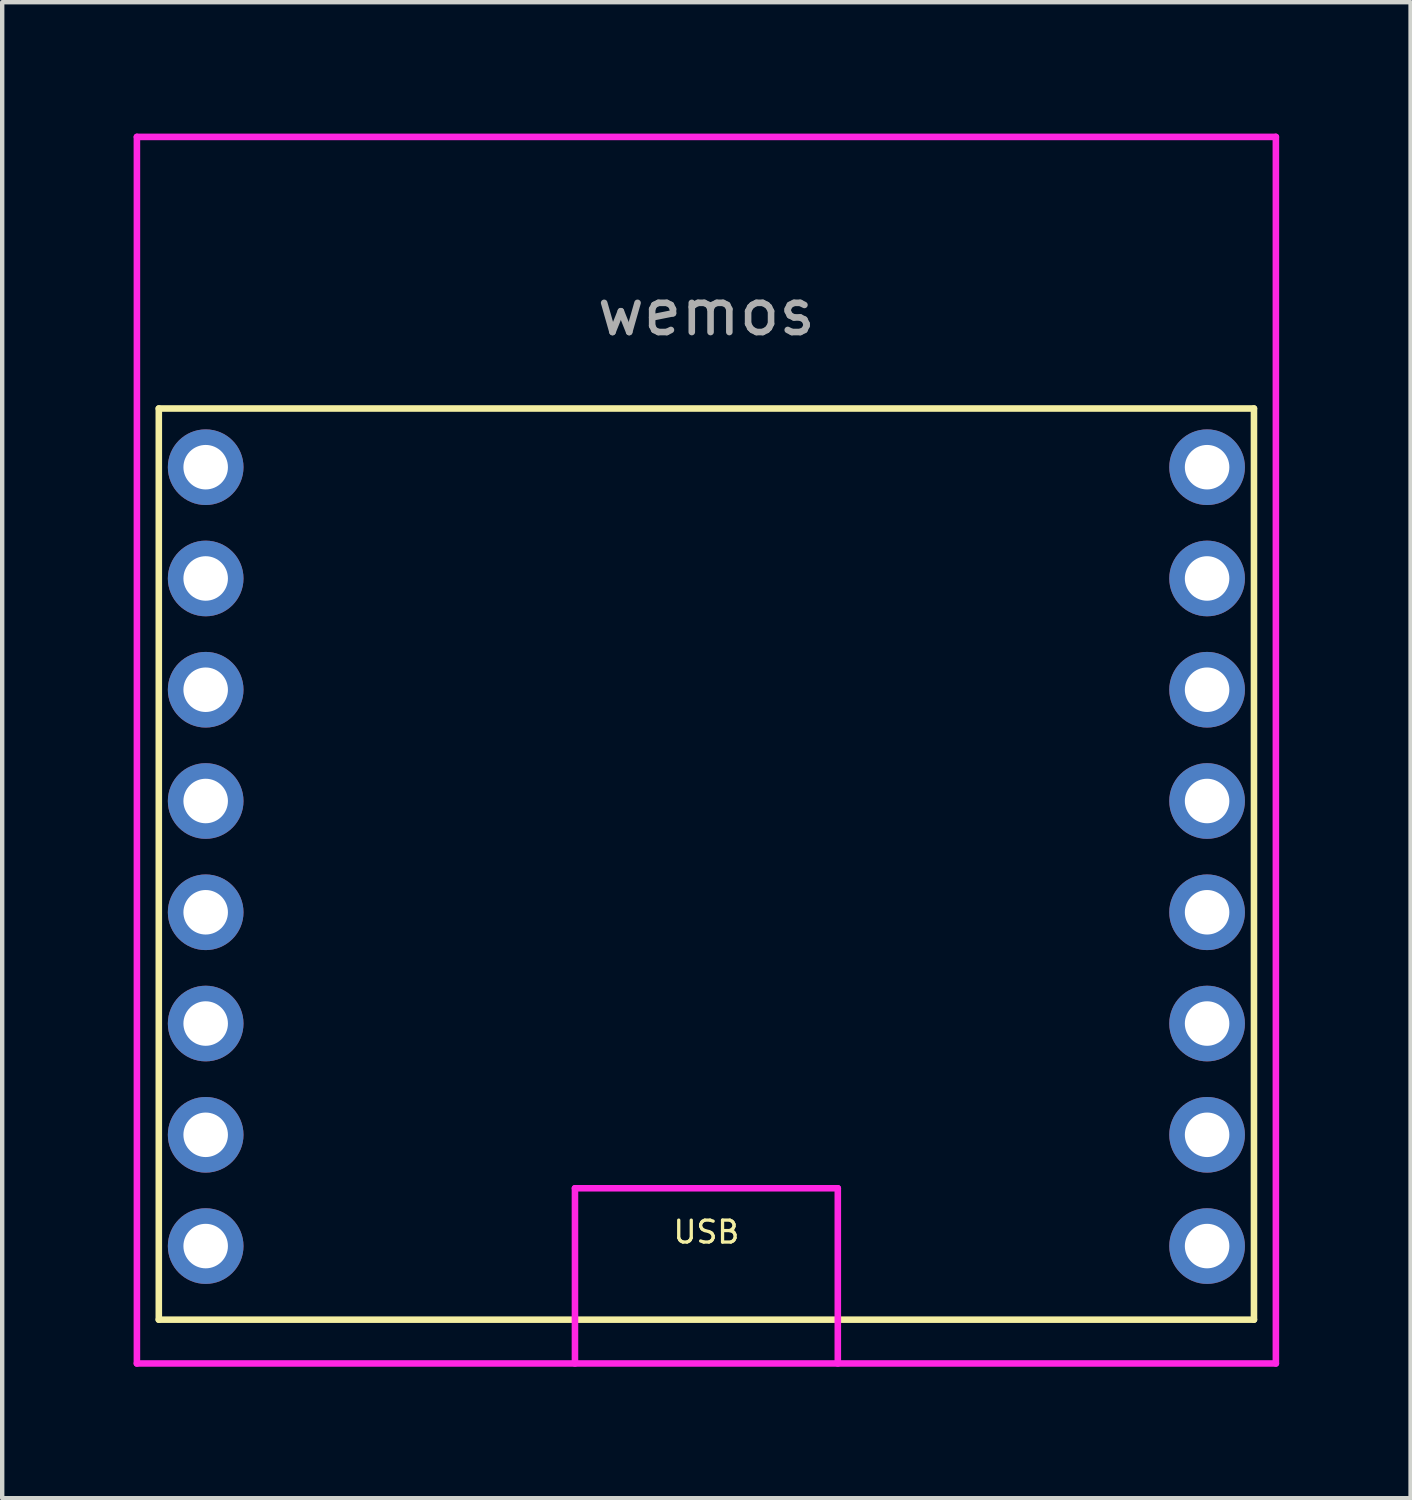
<source format=kicad_pcb>
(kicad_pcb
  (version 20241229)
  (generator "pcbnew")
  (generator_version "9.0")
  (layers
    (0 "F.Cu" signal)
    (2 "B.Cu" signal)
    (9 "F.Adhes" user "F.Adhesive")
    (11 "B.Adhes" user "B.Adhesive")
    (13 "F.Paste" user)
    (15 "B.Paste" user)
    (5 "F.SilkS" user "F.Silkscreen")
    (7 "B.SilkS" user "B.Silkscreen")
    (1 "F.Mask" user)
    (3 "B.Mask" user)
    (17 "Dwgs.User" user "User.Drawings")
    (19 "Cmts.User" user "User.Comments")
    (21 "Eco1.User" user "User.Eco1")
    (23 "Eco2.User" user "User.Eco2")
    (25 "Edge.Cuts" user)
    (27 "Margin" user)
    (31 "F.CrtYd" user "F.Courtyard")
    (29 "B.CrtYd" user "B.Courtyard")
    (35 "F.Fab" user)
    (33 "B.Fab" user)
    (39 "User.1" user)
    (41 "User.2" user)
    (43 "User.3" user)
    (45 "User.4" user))
  (footprint "wemos"
    (layer "F.Cu")
    (at 13.075 5.075)
    (property "Reference" "wemos" (at 0 -1 0) (layer "F.Fab") (effects (font (size 1 1) (thickness 0.15))))
    (attr through_hole)
    (fp_line (start -12.5 1.2) (end -12.5 22) (stroke (width 0.15) (type solid)) (layer "F.SilkS"))
    (fp_line (start -12.5 22) (end 12.5 22) (stroke (width 0.15) (type solid)) (layer "F.SilkS"))
    (fp_line (start 12.5 1.2) (end -12.5 1.2) (stroke (width 0.15) (type solid)) (layer "F.SilkS"))
    (fp_line (start 12.5 22) (end 12.5 1.2) (stroke (width 0.15) (type solid)) (layer "F.SilkS"))
    (fp_line (start -13 -5) (end -13 23) (stroke (width 0.15) (type solid)) (layer "F.CrtYd"))
    (fp_line (start -13 23) (end 13 23) (stroke (width 0.15) (type solid)) (layer "F.CrtYd"))
    (fp_line (start -3 19) (end -3 23) (stroke (width 0.15) (type solid)) (layer "F.CrtYd"))
    (fp_line (start 3 19) (end -3 19) (stroke (width 0.15) (type solid)) (layer "F.CrtYd"))
    (fp_line (start 3 23) (end 3 19) (stroke (width 0.15) (type solid)) (layer "F.CrtYd"))
    (fp_line (start 13 -5) (end -13 -5) (stroke (width 0.15) (type solid)) (layer "F.CrtYd"))
    (fp_line (start 13 23) (end 13 -5) (stroke (width 0.15) (type solid)) (layer "F.CrtYd"))
    (fp_text user "USB" (at 0 20 0) (layer "F.SilkS") (effects (font (size 0.5 0.5) (thickness 0.075))))
    (pad "1" thru_hole circle (at 11.43 20.32) (size 1.727 1.727) (drill 1.016) (layers "*.Cu" "*.Mask"))
    (pad "2" thru_hole circle (at 11.43 17.78) (size 1.727 1.727) (drill 1.016) (layers "*.Cu" "*.Mask"))
    (pad "3" thru_hole circle (at 11.43 15.24) (size 1.727 1.727) (drill 1.016) (layers "*.Cu" "*.Mask"))
    (pad "4" thru_hole circle (at 11.43 12.7) (size 1.727 1.727) (drill 1.016) (layers "*.Cu" "*.Mask"))
    (pad "5" thru_hole circle (at 11.43 10.16) (size 1.727 1.727) (drill 1.016) (layers "*.Cu" "*.Mask"))
    (pad "6" thru_hole circle (at 11.43 7.62) (size 1.727 1.727) (drill 1.016) (layers "*.Cu" "*.Mask"))
    (pad "7" thru_hole circle (at 11.43 5.08) (size 1.727 1.727) (drill 1.016) (layers "*.Cu" "*.Mask"))
    (pad "8" thru_hole circle (at 11.43 2.54) (size 1.727 1.727) (drill 1.016) (layers "*.Cu" "*.Mask"))
    (pad "9" thru_hole circle (at -11.43 2.54) (size 1.727 1.727) (drill 1.016) (layers "*.Cu" "*.Mask"))
    (pad "10" thru_hole circle (at -11.43 5.08) (size 1.727 1.727) (drill 1.016) (layers "*.Cu" "*.Mask"))
    (pad "11" thru_hole circle (at -11.43 7.62) (size 1.727 1.727) (drill 1.016) (layers "*.Cu" "*.Mask"))
    (pad "12" thru_hole circle (at -11.43 10.16) (size 1.727 1.727) (drill 1.016) (layers "*.Cu" "*.Mask"))
    (pad "13" thru_hole circle (at -11.43 12.7) (size 1.727 1.727) (drill 1.016) (layers "*.Cu" "*.Mask"))
    (pad "14" thru_hole circle (at -11.43 15.24) (size 1.727 1.727) (drill 1.016) (layers "*.Cu" "*.Mask"))
    (pad "15" thru_hole circle (at -11.43 17.78) (size 1.727 1.727) (drill 1.016) (layers "*.Cu" "*.Mask"))
    (pad "16" thru_hole circle (at -11.43 20.32) (size 1.727 1.727) (drill 1.016) (layers "*.Cu" "*.Mask")))
  (gr_rect
    (start -3 -3)
    (end 29.15 31.15)
    (stroke (width 0.1) (type default))
    (fill no)
    (layer "Edge.Cuts")))
</source>
